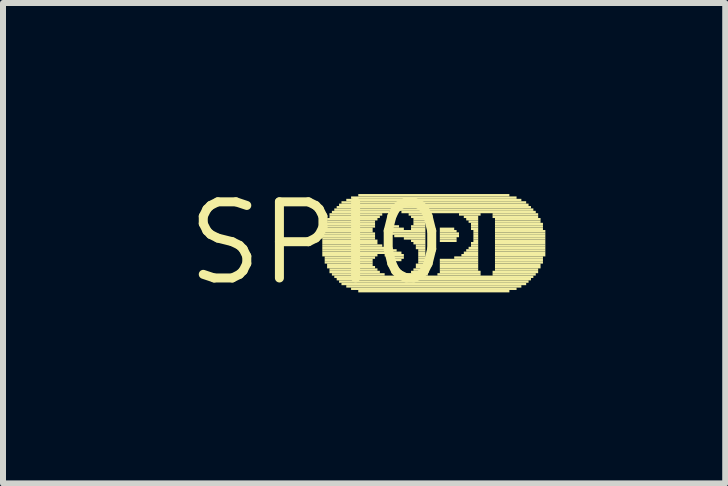
<source format=kicad_pcb>
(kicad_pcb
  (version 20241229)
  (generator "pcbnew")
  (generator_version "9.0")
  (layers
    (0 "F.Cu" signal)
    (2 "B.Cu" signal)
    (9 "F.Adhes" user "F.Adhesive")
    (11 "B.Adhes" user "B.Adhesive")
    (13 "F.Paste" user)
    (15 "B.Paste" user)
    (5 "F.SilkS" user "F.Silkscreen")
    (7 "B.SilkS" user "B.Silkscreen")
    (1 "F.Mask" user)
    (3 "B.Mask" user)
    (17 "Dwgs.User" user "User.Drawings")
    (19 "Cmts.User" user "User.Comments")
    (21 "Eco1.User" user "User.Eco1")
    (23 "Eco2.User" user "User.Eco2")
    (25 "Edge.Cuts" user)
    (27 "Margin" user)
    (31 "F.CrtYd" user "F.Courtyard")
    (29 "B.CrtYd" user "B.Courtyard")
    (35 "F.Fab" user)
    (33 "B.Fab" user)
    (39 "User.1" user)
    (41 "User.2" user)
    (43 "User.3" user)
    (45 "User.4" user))
  (footprint "SPI0"
    (layer "F.Cu")
    (at 2.245 1.006)
    (property "Reference" "SPI0" (at 0 0 0) (layer "F.SilkS") (effects (font (size 1.27 1.27) (thickness 0.15))))
    (fp_poly (pts (xy 0.08 -0.18) (xy 0.92 -0.18) (xy 0.92 -0.22) (xy 0.08 -0.22)) (stroke (width 0) (type solid)) (fill yes) (layer "F.SilkS"))
    (fp_poly (pts (xy 0.08 -0.14) (xy 0.96 -0.14) (xy 0.96 -0.18) (xy 0.08 -0.18)) (stroke (width 0) (type solid)) (fill yes) (layer "F.SilkS"))
    (fp_poly (pts (xy 0.08 -0.1) (xy 0.96 -0.1) (xy 0.96 -0.14) (xy 0.08 -0.14)) (stroke (width 0) (type solid)) (fill yes) (layer "F.SilkS"))
    (fp_poly (pts (xy 0.08 -0.06) (xy 0.96 -0.06) (xy 0.96 -0.1) (xy 0.08 -0.1)) (stroke (width 0) (type solid)) (fill yes) (layer "F.SilkS"))
    (fp_poly (pts (xy 0.08 -0.02) (xy 1 -0.02) (xy 1 -0.06) (xy 0.08 -0.06)) (stroke (width 0) (type solid)) (fill yes) (layer "F.SilkS"))
    (fp_poly (pts (xy 0.08 0.02) (xy 1 0.02) (xy 1 -0.02) (xy 0.08 -0.02)) (stroke (width 0) (type solid)) (fill yes) (layer "F.SilkS"))
    (fp_poly (pts (xy 0.08 0.06) (xy 1.08 0.06) (xy 1.08 0.02) (xy 0.08 0.02)) (stroke (width 0) (type solid)) (fill yes) (layer "F.SilkS"))
    (fp_poly (pts (xy 0.08 0.1) (xy 1.16 0.1) (xy 1.16 0.06) (xy 0.08 0.06)) (stroke (width 0) (type solid)) (fill yes) (layer "F.SilkS"))
    (fp_poly (pts (xy 0.08 0.14) (xy 1.32 0.14) (xy 1.32 0.1) (xy 0.08 0.1)) (stroke (width 0) (type solid)) (fill yes) (layer "F.SilkS"))
    (fp_poly (pts (xy 0.08 0.18) (xy 1.4 0.18) (xy 1.4 0.14) (xy 0.08 0.14)) (stroke (width 0) (type solid)) (fill yes) (layer "F.SilkS"))
    (fp_poly (pts (xy 0.08 0.22) (xy 1 0.22) (xy 1 0.18) (xy 0.08 0.18)) (stroke (width 0) (type solid)) (fill yes) (layer "F.SilkS"))
    (fp_poly (pts (xy 0.12 -0.3) (xy 0.96 -0.3) (xy 0.96 -0.34) (xy 0.12 -0.34)) (stroke (width 0) (type solid)) (fill yes) (layer "F.SilkS"))
    (fp_poly (pts (xy 0.12 -0.26) (xy 0.96 -0.26) (xy 0.96 -0.3) (xy 0.12 -0.3)) (stroke (width 0) (type solid)) (fill yes) (layer "F.SilkS"))
    (fp_poly (pts (xy 0.12 -0.22) (xy 0.92 -0.22) (xy 0.92 -0.26) (xy 0.12 -0.26)) (stroke (width 0) (type solid)) (fill yes) (layer "F.SilkS"))
    (fp_poly (pts (xy 0.12 0.26) (xy 0.96 0.26) (xy 0.96 0.22) (xy 0.12 0.22)) (stroke (width 0) (type solid)) (fill yes) (layer "F.SilkS"))
    (fp_poly (pts (xy 0.12 0.3) (xy 0.92 0.3) (xy 0.92 0.26) (xy 0.12 0.26)) (stroke (width 0) (type solid)) (fill yes) (layer "F.SilkS"))
    (fp_poly (pts (xy 0.12 0.34) (xy 0.92 0.34) (xy 0.92 0.3) (xy 0.12 0.3)) (stroke (width 0) (type solid)) (fill yes) (layer "F.SilkS"))
    (fp_poly (pts (xy 0.16 -0.38) (xy 1 -0.38) (xy 1 -0.42) (xy 0.16 -0.42)) (stroke (width 0) (type solid)) (fill yes) (layer "F.SilkS"))
    (fp_poly (pts (xy 0.16 -0.34) (xy 0.96 -0.34) (xy 0.96 -0.38) (xy 0.16 -0.38)) (stroke (width 0) (type solid)) (fill yes) (layer "F.SilkS"))
    (fp_poly (pts (xy 0.16 0.38) (xy 0.92 0.38) (xy 0.92 0.34) (xy 0.16 0.34)) (stroke (width 0) (type solid)) (fill yes) (layer "F.SilkS"))
    (fp_poly (pts (xy 0.16 0.42) (xy 0.96 0.42) (xy 0.96 0.38) (xy 0.16 0.38)) (stroke (width 0) (type solid)) (fill yes) (layer "F.SilkS"))
    (fp_poly (pts (xy 0.2 -0.46) (xy 1.08 -0.46) (xy 1.08 -0.5) (xy 0.2 -0.5)) (stroke (width 0) (type solid)) (fill yes) (layer "F.SilkS"))
    (fp_poly (pts (xy 0.2 -0.42) (xy 1.04 -0.42) (xy 1.04 -0.46) (xy 0.2 -0.46)) (stroke (width 0) (type solid)) (fill yes) (layer "F.SilkS"))
    (fp_poly (pts (xy 0.2 0.46) (xy 1 0.46) (xy 1 0.42) (xy 0.2 0.42)) (stroke (width 0) (type solid)) (fill yes) (layer "F.SilkS"))
    (fp_poly (pts (xy 0.2 0.5) (xy 1.04 0.5) (xy 1.04 0.46) (xy 0.2 0.46)) (stroke (width 0) (type solid)) (fill yes) (layer "F.SilkS"))
    (fp_poly (pts (xy 0.24 -0.5) (xy 1.2 -0.5) (xy 1.2 -0.54) (xy 0.24 -0.54)) (stroke (width 0) (type solid)) (fill yes) (layer "F.SilkS"))
    (fp_poly (pts (xy 0.24 0.54) (xy 1.12 0.54) (xy 1.12 0.5) (xy 0.24 0.5)) (stroke (width 0) (type solid)) (fill yes) (layer "F.SilkS"))
    (fp_poly (pts (xy 0.28 -0.54) (xy 3.6 -0.54) (xy 3.6 -0.58) (xy 0.28 -0.58)) (stroke (width 0) (type solid)) (fill yes) (layer "F.SilkS"))
    (fp_poly (pts (xy 0.28 0.58) (xy 3.6 0.58) (xy 3.6 0.54) (xy 0.28 0.54)) (stroke (width 0) (type solid)) (fill yes) (layer "F.SilkS"))
    (fp_poly (pts (xy 0.32 -0.58) (xy 3.56 -0.58) (xy 3.56 -0.62) (xy 0.32 -0.62)) (stroke (width 0) (type solid)) (fill yes) (layer "F.SilkS"))
    (fp_poly (pts (xy 0.32 0.62) (xy 3.56 0.62) (xy 3.56 0.58) (xy 0.32 0.58)) (stroke (width 0) (type solid)) (fill yes) (layer "F.SilkS"))
    (fp_poly (pts (xy 0.36 -0.62) (xy 3.52 -0.62) (xy 3.52 -0.66) (xy 0.36 -0.66)) (stroke (width 0) (type solid)) (fill yes) (layer "F.SilkS"))
    (fp_poly (pts (xy 0.36 0.66) (xy 3.52 0.66) (xy 3.52 0.62) (xy 0.36 0.62)) (stroke (width 0) (type solid)) (fill yes) (layer "F.SilkS"))
    (fp_poly (pts (xy 0.4 -0.66) (xy 3.48 -0.66) (xy 3.48 -0.7) (xy 0.4 -0.7)) (stroke (width 0) (type solid)) (fill yes) (layer "F.SilkS"))
    (fp_poly (pts (xy 0.4 0.7) (xy 3.48 0.7) (xy 3.48 0.66) (xy 0.4 0.66)) (stroke (width 0) (type solid)) (fill yes) (layer "F.SilkS"))
    (fp_poly (pts (xy 0.48 -0.7) (xy 3.4 -0.7) (xy 3.4 -0.74) (xy 0.48 -0.74)) (stroke (width 0) (type solid)) (fill yes) (layer "F.SilkS"))
    (fp_poly (pts (xy 0.48 0.74) (xy 3.4 0.74) (xy 3.4 0.7) (xy 0.48 0.7)) (stroke (width 0) (type solid)) (fill yes) (layer "F.SilkS"))
    (fp_poly (pts (xy 0.56 -0.74) (xy 3.32 -0.74) (xy 3.32 -0.78) (xy 0.56 -0.78)) (stroke (width 0) (type solid)) (fill yes) (layer "F.SilkS"))
    (fp_poly (pts (xy 0.56 0.78) (xy 3.32 0.78) (xy 3.32 0.74) (xy 0.56 0.74)) (stroke (width 0) (type solid)) (fill yes) (layer "F.SilkS"))
    (fp_poly (pts (xy 0.68 -0.78) (xy 3.2 -0.78) (xy 3.2 -0.82) (xy 0.68 -0.82)) (stroke (width 0) (type solid)) (fill yes) (layer "F.SilkS"))
    (fp_poly (pts (xy 0.68 0.82) (xy 3.2 0.82) (xy 3.2 0.78) (xy 0.68 0.78)) (stroke (width 0) (type solid)) (fill yes) (layer "F.SilkS"))
    (fp_poly (pts (xy 1.12 0.22) (xy 1.44 0.22) (xy 1.44 0.18) (xy 1.12 0.18)) (stroke (width 0) (type solid)) (fill yes) (layer "F.SilkS"))
    (fp_poly (pts (xy 1.16 0.26) (xy 1.44 0.26) (xy 1.44 0.22) (xy 1.16 0.22)) (stroke (width 0) (type solid)) (fill yes) (layer "F.SilkS"))
    (fp_poly (pts (xy 1.2 -0.22) (xy 1.44 -0.22) (xy 1.44 -0.26) (xy 1.2 -0.26)) (stroke (width 0) (type solid)) (fill yes) (layer "F.SilkS"))
    (fp_poly (pts (xy 1.2 -0.18) (xy 1.8 -0.18) (xy 1.8 -0.22) (xy 1.2 -0.22)) (stroke (width 0) (type solid)) (fill yes) (layer "F.SilkS"))
    (fp_poly (pts (xy 1.2 -0.14) (xy 1.8 -0.14) (xy 1.8 -0.18) (xy 1.2 -0.18)) (stroke (width 0) (type solid)) (fill yes) (layer "F.SilkS"))
    (fp_poly (pts (xy 1.2 0.3) (xy 1.4 0.3) (xy 1.4 0.26) (xy 1.2 0.26)) (stroke (width 0) (type solid)) (fill yes) (layer "F.SilkS"))
    (fp_poly (pts (xy 1.24 -0.26) (xy 1.36 -0.26) (xy 1.36 -0.3) (xy 1.24 -0.3)) (stroke (width 0) (type solid)) (fill yes) (layer "F.SilkS"))
    (fp_poly (pts (xy 1.28 -0.1) (xy 1.8 -0.1) (xy 1.8 -0.14) (xy 1.28 -0.14)) (stroke (width 0) (type solid)) (fill yes) (layer "F.SilkS"))
    (fp_poly (pts (xy 1.4 -0.5) (xy 3.64 -0.5) (xy 3.64 -0.54) (xy 1.4 -0.54)) (stroke (width 0) (type solid)) (fill yes) (layer "F.SilkS"))
    (fp_poly (pts (xy 1.44 -0.06) (xy 1.8 -0.06) (xy 1.8 -0.1) (xy 1.44 -0.1)) (stroke (width 0) (type solid)) (fill yes) (layer "F.SilkS"))
    (fp_poly (pts (xy 1.48 0.54) (xy 1.84 0.54) (xy 1.84 0.5) (xy 1.48 0.5)) (stroke (width 0) (type solid)) (fill yes) (layer "F.SilkS"))
    (fp_poly (pts (xy 1.52 -0.46) (xy 1.8 -0.46) (xy 1.8 -0.5) (xy 1.52 -0.5)) (stroke (width 0) (type solid)) (fill yes) (layer "F.SilkS"))
    (fp_poly (pts (xy 1.56 -0.42) (xy 1.8 -0.42) (xy 1.8 -0.46) (xy 1.56 -0.46)) (stroke (width 0) (type solid)) (fill yes) (layer "F.SilkS"))
    (fp_poly (pts (xy 1.56 -0.26) (xy 1.8 -0.26) (xy 1.8 -0.3) (xy 1.56 -0.3)) (stroke (width 0) (type solid)) (fill yes) (layer "F.SilkS"))
    (fp_poly (pts (xy 1.56 -0.22) (xy 1.8 -0.22) (xy 1.8 -0.26) (xy 1.56 -0.26)) (stroke (width 0) (type solid)) (fill yes) (layer "F.SilkS"))
    (fp_poly (pts (xy 1.56 -0.02) (xy 1.8 -0.02) (xy 1.8 -0.06) (xy 1.56 -0.06)) (stroke (width 0) (type solid)) (fill yes) (layer "F.SilkS"))
    (fp_poly (pts (xy 1.56 0.5) (xy 1.8 0.5) (xy 1.8 0.46) (xy 1.56 0.46)) (stroke (width 0) (type solid)) (fill yes) (layer "F.SilkS"))
    (fp_poly (pts (xy 1.6 -0.38) (xy 1.8 -0.38) (xy 1.8 -0.42) (xy 1.6 -0.42)) (stroke (width 0) (type solid)) (fill yes) (layer "F.SilkS"))
    (fp_poly (pts (xy 1.6 -0.34) (xy 1.8 -0.34) (xy 1.8 -0.38) (xy 1.6 -0.38)) (stroke (width 0) (type solid)) (fill yes) (layer "F.SilkS"))
    (fp_poly (pts (xy 1.6 -0.3) (xy 1.8 -0.3) (xy 1.8 -0.34) (xy 1.6 -0.34)) (stroke (width 0) (type solid)) (fill yes) (layer "F.SilkS"))
    (fp_poly (pts (xy 1.6 0.02) (xy 1.8 0.02) (xy 1.8 -0.02) (xy 1.6 -0.02)) (stroke (width 0) (type solid)) (fill yes) (layer "F.SilkS"))
    (fp_poly (pts (xy 1.6 0.46) (xy 1.8 0.46) (xy 1.8 0.42) (xy 1.6 0.42)) (stroke (width 0) (type solid)) (fill yes) (layer "F.SilkS"))
    (fp_poly (pts (xy 1.64 0.06) (xy 1.8 0.06) (xy 1.8 0.02) (xy 1.64 0.02)) (stroke (width 0) (type solid)) (fill yes) (layer "F.SilkS"))
    (fp_poly (pts (xy 1.64 0.1) (xy 1.8 0.1) (xy 1.8 0.06) (xy 1.64 0.06)) (stroke (width 0) (type solid)) (fill yes) (layer "F.SilkS"))
    (fp_poly (pts (xy 1.64 0.38) (xy 1.8 0.38) (xy 1.8 0.34) (xy 1.64 0.34)) (stroke (width 0) (type solid)) (fill yes) (layer "F.SilkS"))
    (fp_poly (pts (xy 1.64 0.42) (xy 1.8 0.42) (xy 1.8 0.38) (xy 1.64 0.38)) (stroke (width 0) (type solid)) (fill yes) (layer "F.SilkS"))
    (fp_poly (pts (xy 1.68 0.14) (xy 1.8 0.14) (xy 1.8 0.1) (xy 1.68 0.1)) (stroke (width 0) (type solid)) (fill yes) (layer "F.SilkS"))
    (fp_poly (pts (xy 1.68 0.18) (xy 1.8 0.18) (xy 1.8 0.14) (xy 1.68 0.14)) (stroke (width 0) (type solid)) (fill yes) (layer "F.SilkS"))
    (fp_poly (pts (xy 1.68 0.22) (xy 1.8 0.22) (xy 1.8 0.18) (xy 1.68 0.18)) (stroke (width 0) (type solid)) (fill yes) (layer "F.SilkS"))
    (fp_poly (pts (xy 1.68 0.26) (xy 1.8 0.26) (xy 1.8 0.22) (xy 1.68 0.22)) (stroke (width 0) (type solid)) (fill yes) (layer "F.SilkS"))
    (fp_poly (pts (xy 1.68 0.3) (xy 1.8 0.3) (xy 1.8 0.26) (xy 1.68 0.26)) (stroke (width 0) (type solid)) (fill yes) (layer "F.SilkS"))
    (fp_poly (pts (xy 1.68 0.34) (xy 1.8 0.34) (xy 1.8 0.3) (xy 1.68 0.3)) (stroke (width 0) (type solid)) (fill yes) (layer "F.SilkS"))
    (fp_poly (pts (xy 2 0.54) (xy 2.72 0.54) (xy 2.72 0.5) (xy 2 0.5)) (stroke (width 0) (type solid)) (fill yes) (layer "F.SilkS"))
    (fp_poly (pts (xy 2.04 -0.22) (xy 2.28 -0.22) (xy 2.28 -0.26) (xy 2.04 -0.26)) (stroke (width 0) (type solid)) (fill yes) (layer "F.SilkS"))
    (fp_poly (pts (xy 2.04 -0.18) (xy 2.32 -0.18) (xy 2.32 -0.22) (xy 2.04 -0.22)) (stroke (width 0) (type solid)) (fill yes) (layer "F.SilkS"))
    (fp_poly (pts (xy 2.04 -0.14) (xy 2.36 -0.14) (xy 2.36 -0.18) (xy 2.04 -0.18)) (stroke (width 0) (type solid)) (fill yes) (layer "F.SilkS"))
    (fp_poly (pts (xy 2.04 -0.1) (xy 2.36 -0.1) (xy 2.36 -0.14) (xy 2.04 -0.14)) (stroke (width 0) (type solid)) (fill yes) (layer "F.SilkS"))
    (fp_poly (pts (xy 2.04 -0.06) (xy 2.32 -0.06) (xy 2.32 -0.1) (xy 2.04 -0.1)) (stroke (width 0) (type solid)) (fill yes) (layer "F.SilkS"))
    (fp_poly (pts (xy 2.04 -0.02) (xy 2.32 -0.02) (xy 2.32 -0.06) (xy 2.04 -0.06)) (stroke (width 0) (type solid)) (fill yes) (layer "F.SilkS"))
    (fp_poly (pts (xy 2.04 0.3) (xy 2.68 0.3) (xy 2.68 0.26) (xy 2.04 0.26)) (stroke (width 0) (type solid)) (fill yes) (layer "F.SilkS"))
    (fp_poly (pts (xy 2.04 0.34) (xy 2.68 0.34) (xy 2.68 0.3) (xy 2.04 0.3)) (stroke (width 0) (type solid)) (fill yes) (layer "F.SilkS"))
    (fp_poly (pts (xy 2.04 0.38) (xy 2.68 0.38) (xy 2.68 0.34) (xy 2.04 0.34)) (stroke (width 0) (type solid)) (fill yes) (layer "F.SilkS"))
    (fp_poly (pts (xy 2.04 0.42) (xy 2.68 0.42) (xy 2.68 0.38) (xy 2.04 0.38)) (stroke (width 0) (type solid)) (fill yes) (layer "F.SilkS"))
    (fp_poly (pts (xy 2.04 0.46) (xy 2.68 0.46) (xy 2.68 0.42) (xy 2.04 0.42)) (stroke (width 0) (type solid)) (fill yes) (layer "F.SilkS"))
    (fp_poly (pts (xy 2.04 0.5) (xy 2.72 0.5) (xy 2.72 0.46) (xy 2.04 0.46)) (stroke (width 0) (type solid)) (fill yes) (layer "F.SilkS"))
    (fp_poly (pts (xy 2.28 0.26) (xy 2.68 0.26) (xy 2.68 0.22) (xy 2.28 0.22)) (stroke (width 0) (type solid)) (fill yes) (layer "F.SilkS"))
    (fp_poly (pts (xy 2.36 -0.46) (xy 2.72 -0.46) (xy 2.72 -0.5) (xy 2.36 -0.5)) (stroke (width 0) (type solid)) (fill yes) (layer "F.SilkS"))
    (fp_poly (pts (xy 2.4 0.22) (xy 2.68 0.22) (xy 2.68 0.18) (xy 2.4 0.18)) (stroke (width 0) (type solid)) (fill yes) (layer "F.SilkS"))
    (fp_poly (pts (xy 2.44 -0.42) (xy 2.68 -0.42) (xy 2.68 -0.46) (xy 2.44 -0.46)) (stroke (width 0) (type solid)) (fill yes) (layer "F.SilkS"))
    (fp_poly (pts (xy 2.44 0.18) (xy 2.68 0.18) (xy 2.68 0.14) (xy 2.44 0.14)) (stroke (width 0) (type solid)) (fill yes) (layer "F.SilkS"))
    (fp_poly (pts (xy 2.48 -0.38) (xy 2.68 -0.38) (xy 2.68 -0.42) (xy 2.48 -0.42)) (stroke (width 0) (type solid)) (fill yes) (layer "F.SilkS"))
    (fp_poly (pts (xy 2.48 0.14) (xy 2.68 0.14) (xy 2.68 0.1) (xy 2.48 0.1)) (stroke (width 0) (type solid)) (fill yes) (layer "F.SilkS"))
    (fp_poly (pts (xy 2.52 -0.34) (xy 2.68 -0.34) (xy 2.68 -0.38) (xy 2.52 -0.38)) (stroke (width 0) (type solid)) (fill yes) (layer "F.SilkS"))
    (fp_poly (pts (xy 2.52 0.1) (xy 2.68 0.1) (xy 2.68 0.06) (xy 2.52 0.06)) (stroke (width 0) (type solid)) (fill yes) (layer "F.SilkS"))
    (fp_poly (pts (xy 2.56 -0.3) (xy 2.68 -0.3) (xy 2.68 -0.34) (xy 2.56 -0.34)) (stroke (width 0) (type solid)) (fill yes) (layer "F.SilkS"))
    (fp_poly (pts (xy 2.56 -0.26) (xy 2.68 -0.26) (xy 2.68 -0.3) (xy 2.56 -0.3)) (stroke (width 0) (type solid)) (fill yes) (layer "F.SilkS"))
    (fp_poly (pts (xy 2.56 -0.22) (xy 2.68 -0.22) (xy 2.68 -0.26) (xy 2.56 -0.26)) (stroke (width 0) (type solid)) (fill yes) (layer "F.SilkS"))
    (fp_poly (pts (xy 2.56 0.02) (xy 2.68 0.02) (xy 2.68 -0.02) (xy 2.56 -0.02)) (stroke (width 0) (type solid)) (fill yes) (layer "F.SilkS"))
    (fp_poly (pts (xy 2.56 0.06) (xy 2.68 0.06) (xy 2.68 0.02) (xy 2.56 0.02)) (stroke (width 0) (type solid)) (fill yes) (layer "F.SilkS"))
    (fp_poly (pts (xy 2.6 -0.18) (xy 2.68 -0.18) (xy 2.68 -0.22) (xy 2.6 -0.22)) (stroke (width 0) (type solid)) (fill yes) (layer "F.SilkS"))
    (fp_poly (pts (xy 2.6 -0.14) (xy 2.68 -0.14) (xy 2.68 -0.18) (xy 2.6 -0.18)) (stroke (width 0) (type solid)) (fill yes) (layer "F.SilkS"))
    (fp_poly (pts (xy 2.6 -0.1) (xy 2.68 -0.1) (xy 2.68 -0.14) (xy 2.6 -0.14)) (stroke (width 0) (type solid)) (fill yes) (layer "F.SilkS"))
    (fp_poly (pts (xy 2.6 -0.06) (xy 2.68 -0.06) (xy 2.68 -0.1) (xy 2.6 -0.1)) (stroke (width 0) (type solid)) (fill yes) (layer "F.SilkS"))
    (fp_poly (pts (xy 2.6 -0.02) (xy 2.68 -0.02) (xy 2.68 -0.06) (xy 2.6 -0.06)) (stroke (width 0) (type solid)) (fill yes) (layer "F.SilkS"))
    (fp_poly (pts (xy 2.92 -0.46) (xy 3.68 -0.46) (xy 3.68 -0.5) (xy 2.92 -0.5)) (stroke (width 0) (type solid)) (fill yes) (layer "F.SilkS"))
    (fp_poly (pts (xy 2.92 -0.42) (xy 3.68 -0.42) (xy 3.68 -0.46) (xy 2.92 -0.46)) (stroke (width 0) (type solid)) (fill yes) (layer "F.SilkS"))
    (fp_poly (pts (xy 2.92 0.5) (xy 3.68 0.5) (xy 3.68 0.46) (xy 2.92 0.46)) (stroke (width 0) (type solid)) (fill yes) (layer "F.SilkS"))
    (fp_poly (pts (xy 2.92 0.54) (xy 3.64 0.54) (xy 3.64 0.5) (xy 2.92 0.5)) (stroke (width 0) (type solid)) (fill yes) (layer "F.SilkS"))
    (fp_poly (pts (xy 2.96 -0.38) (xy 3.72 -0.38) (xy 3.72 -0.42) (xy 2.96 -0.42)) (stroke (width 0) (type solid)) (fill yes) (layer "F.SilkS"))
    (fp_poly (pts (xy 2.96 -0.34) (xy 3.72 -0.34) (xy 3.72 -0.38) (xy 2.96 -0.38)) (stroke (width 0) (type solid)) (fill yes) (layer "F.SilkS"))
    (fp_poly (pts (xy 2.96 -0.3) (xy 3.76 -0.3) (xy 3.76 -0.34) (xy 2.96 -0.34)) (stroke (width 0) (type solid)) (fill yes) (layer "F.SilkS"))
    (fp_poly (pts (xy 2.96 -0.26) (xy 3.76 -0.26) (xy 3.76 -0.3) (xy 2.96 -0.3)) (stroke (width 0) (type solid)) (fill yes) (layer "F.SilkS"))
    (fp_poly (pts (xy 2.96 -0.22) (xy 3.76 -0.22) (xy 3.76 -0.26) (xy 2.96 -0.26)) (stroke (width 0) (type solid)) (fill yes) (layer "F.SilkS"))
    (fp_poly (pts (xy 2.96 -0.18) (xy 3.8 -0.18) (xy 3.8 -0.22) (xy 2.96 -0.22)) (stroke (width 0) (type solid)) (fill yes) (layer "F.SilkS"))
    (fp_poly (pts (xy 2.96 -0.14) (xy 3.8 -0.14) (xy 3.8 -0.18) (xy 2.96 -0.18)) (stroke (width 0) (type solid)) (fill yes) (layer "F.SilkS"))
    (fp_poly (pts (xy 2.96 -0.1) (xy 3.8 -0.1) (xy 3.8 -0.14) (xy 2.96 -0.14)) (stroke (width 0) (type solid)) (fill yes) (layer "F.SilkS"))
    (fp_poly (pts (xy 2.96 -0.06) (xy 3.8 -0.06) (xy 3.8 -0.1) (xy 2.96 -0.1)) (stroke (width 0) (type solid)) (fill yes) (layer "F.SilkS"))
    (fp_poly (pts (xy 2.96 -0.02) (xy 3.8 -0.02) (xy 3.8 -0.06) (xy 2.96 -0.06)) (stroke (width 0) (type solid)) (fill yes) (layer "F.SilkS"))
    (fp_poly (pts (xy 2.96 0.02) (xy 3.8 0.02) (xy 3.8 -0.02) (xy 2.96 -0.02)) (stroke (width 0) (type solid)) (fill yes) (layer "F.SilkS"))
    (fp_poly (pts (xy 2.96 0.06) (xy 3.8 0.06) (xy 3.8 0.02) (xy 2.96 0.02)) (stroke (width 0) (type solid)) (fill yes) (layer "F.SilkS"))
    (fp_poly (pts (xy 2.96 0.1) (xy 3.8 0.1) (xy 3.8 0.06) (xy 2.96 0.06)) (stroke (width 0) (type solid)) (fill yes) (layer "F.SilkS"))
    (fp_poly (pts (xy 2.96 0.14) (xy 3.8 0.14) (xy 3.8 0.1) (xy 2.96 0.1)) (stroke (width 0) (type solid)) (fill yes) (layer "F.SilkS"))
    (fp_poly (pts (xy 2.96 0.18) (xy 3.8 0.18) (xy 3.8 0.14) (xy 2.96 0.14)) (stroke (width 0) (type solid)) (fill yes) (layer "F.SilkS"))
    (fp_poly (pts (xy 2.96 0.22) (xy 3.8 0.22) (xy 3.8 0.18) (xy 2.96 0.18)) (stroke (width 0) (type solid)) (fill yes) (layer "F.SilkS"))
    (fp_poly (pts (xy 2.96 0.26) (xy 3.76 0.26) (xy 3.76 0.22) (xy 2.96 0.22)) (stroke (width 0) (type solid)) (fill yes) (layer "F.SilkS"))
    (fp_poly (pts (xy 2.96 0.3) (xy 3.76 0.3) (xy 3.76 0.26) (xy 2.96 0.26)) (stroke (width 0) (type solid)) (fill yes) (layer "F.SilkS"))
    (fp_poly (pts (xy 2.96 0.34) (xy 3.76 0.34) (xy 3.76 0.3) (xy 2.96 0.3)) (stroke (width 0) (type solid)) (fill yes) (layer "F.SilkS"))
    (fp_poly (pts (xy 2.96 0.38) (xy 3.72 0.38) (xy 3.72 0.34) (xy 2.96 0.34)) (stroke (width 0) (type solid)) (fill yes) (layer "F.SilkS"))
    (fp_poly (pts (xy 2.96 0.42) (xy 3.72 0.42) (xy 3.72 0.38) (xy 2.96 0.38)) (stroke (width 0) (type solid)) (fill yes) (layer "F.SilkS"))
    (fp_poly (pts (xy 2.96 0.46) (xy 3.68 0.46) (xy 3.68 0.42) (xy 2.96 0.42)) (stroke (width 0) (type solid)) (fill yes) (layer "F.SilkS")))
  (gr_rect
    (start -3 -3)
    (end 9.045 5.012)
    (stroke (width 0.1) (type default))
    (fill no)
    (layer "Edge.Cuts")))
</source>
